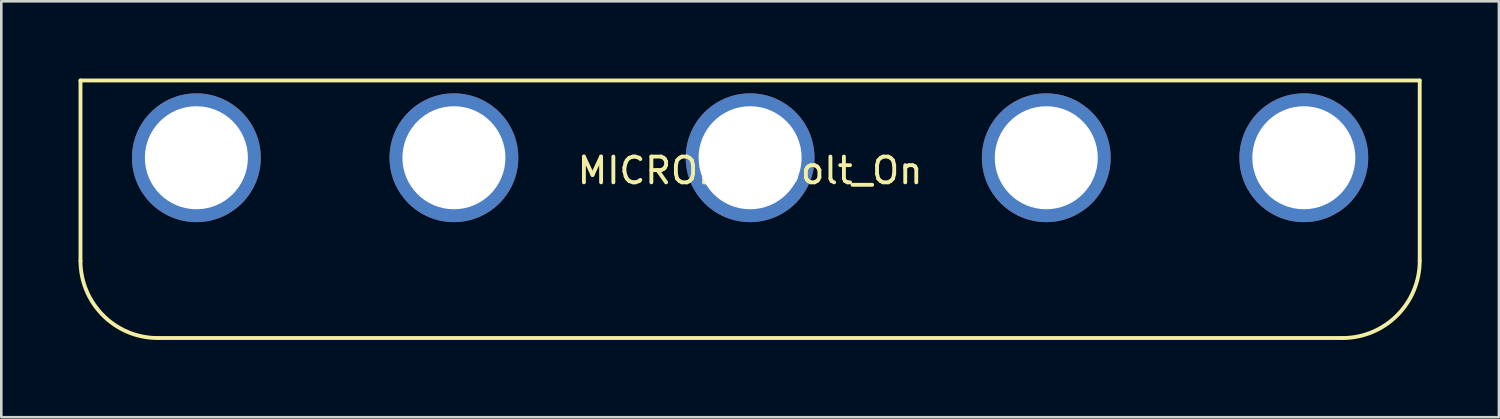
<source format=kicad_pcb>
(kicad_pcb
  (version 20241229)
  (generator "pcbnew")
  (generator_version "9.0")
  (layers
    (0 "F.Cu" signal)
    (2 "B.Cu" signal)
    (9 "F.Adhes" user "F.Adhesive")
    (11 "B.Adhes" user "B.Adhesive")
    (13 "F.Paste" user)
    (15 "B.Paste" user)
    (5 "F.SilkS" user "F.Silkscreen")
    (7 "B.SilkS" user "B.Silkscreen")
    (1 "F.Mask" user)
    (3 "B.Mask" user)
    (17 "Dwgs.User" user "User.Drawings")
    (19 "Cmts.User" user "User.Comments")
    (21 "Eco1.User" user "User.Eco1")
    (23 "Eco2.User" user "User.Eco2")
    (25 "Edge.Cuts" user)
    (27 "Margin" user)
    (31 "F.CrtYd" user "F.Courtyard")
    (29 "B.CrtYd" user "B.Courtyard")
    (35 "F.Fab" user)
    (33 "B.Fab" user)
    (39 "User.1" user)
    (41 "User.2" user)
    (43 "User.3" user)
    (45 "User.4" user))
  (footprint "MICROBIT_Bolt_On"
    (layer "F.Cu")
    (at 26.075 3.075)
    (property "Reference" "MICROBIT_Bolt_On" (at 0 0.5 0) (layer "F.SilkS") (effects (font (size 1 1) (thickness 0.15))))
    (attr through_hole)
    (fp_line (start -26 -3) (end -26 4) (stroke (width 0.15) (type solid)) (layer "F.SilkS"))
    (fp_line (start -26 -3) (end 26 -3) (stroke (width 0.15) (type solid)) (layer "F.SilkS"))
    (fp_line (start -23 7) (end 23 7) (stroke (width 0.15) (type solid)) (layer "F.SilkS"))
    (fp_line (start 26 4) (end 26 -3) (stroke (width 0.15) (type solid)) (layer "F.SilkS"))
    (fp_arc (start -23 7) (mid -25.12132 6.12132) (end -26 4) (stroke (width 0.15) (type solid)) (layer "F.SilkS"))
    (fp_arc (start 26 4) (mid 25.12132 6.12132) (end 23 7) (stroke (width 0.15) (type solid)) (layer "F.SilkS"))
    (pad "1" thru_hole circle (at -21.5 0) (size 5 5) (drill 4) (layers "*.Cu" "*.Mask"))
    (pad "2" thru_hole circle (at -11.5 0) (size 5 5) (drill 4) (layers "*.Cu" "*.Mask"))
    (pad "3" thru_hole circle (at 0 0) (size 5 5) (drill 4) (layers "*.Cu" "*.Mask"))
    (pad "4" thru_hole circle (at 11.5 0) (size 5 5) (drill 4) (layers "*.Cu" "*.Mask"))
    (pad "5" thru_hole circle (at 21.5 0) (size 5 5) (drill 4) (layers "*.Cu" "*.Mask")))
  (gr_rect
    (start -3 -3)
    (end 55.15 13.15)
    (stroke (width 0.1) (type default))
    (fill no)
    (layer "Edge.Cuts")))
</source>
